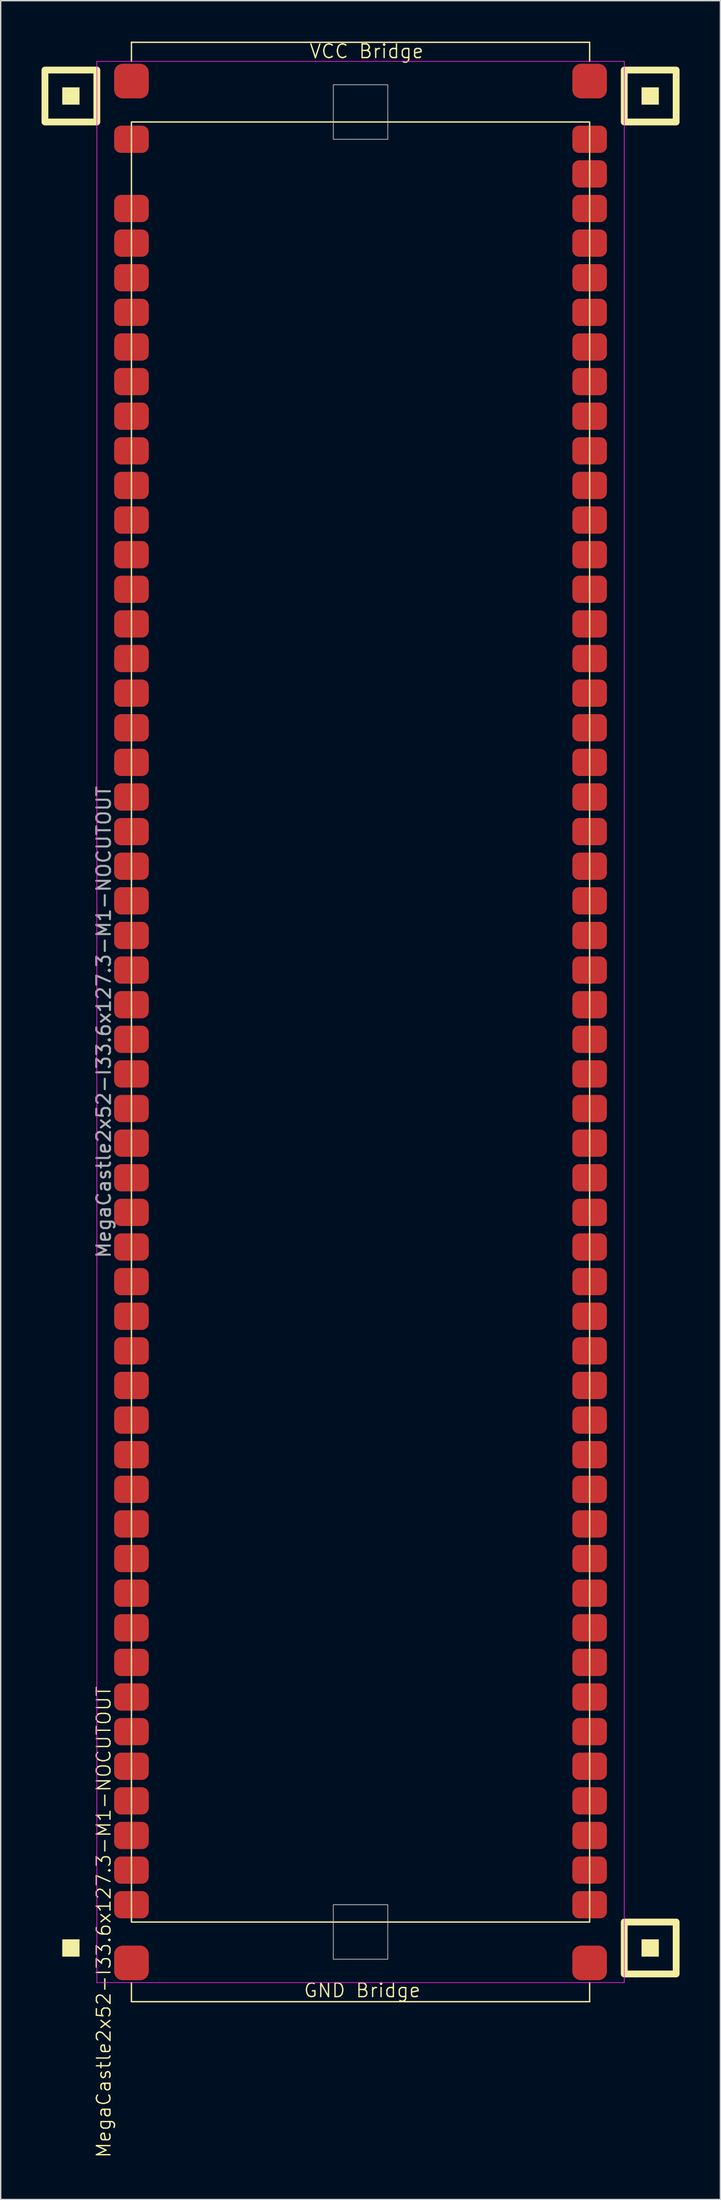
<source format=kicad_pcb>
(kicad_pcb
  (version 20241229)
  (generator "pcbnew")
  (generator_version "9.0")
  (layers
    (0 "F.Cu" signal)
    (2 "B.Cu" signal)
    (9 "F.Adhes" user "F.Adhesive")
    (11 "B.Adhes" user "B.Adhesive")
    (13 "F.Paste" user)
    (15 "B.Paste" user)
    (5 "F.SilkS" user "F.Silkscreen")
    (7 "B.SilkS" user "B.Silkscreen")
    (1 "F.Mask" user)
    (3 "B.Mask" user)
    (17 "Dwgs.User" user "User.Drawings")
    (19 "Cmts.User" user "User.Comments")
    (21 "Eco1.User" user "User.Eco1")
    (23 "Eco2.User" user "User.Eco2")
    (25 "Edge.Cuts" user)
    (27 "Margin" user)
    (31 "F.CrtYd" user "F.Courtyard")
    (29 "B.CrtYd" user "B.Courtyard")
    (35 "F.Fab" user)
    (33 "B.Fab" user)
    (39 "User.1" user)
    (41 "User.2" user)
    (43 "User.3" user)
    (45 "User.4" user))
  (footprint "MegaCastle2x52-I33.6x127.3-M1-NOCUTOUT"
    (layer "F.Cu")
    (at 23.42 71.94)
    (property "Reference" "MegaCastle2x52-I33.6x127.3-M1-NOCUTOUT" (at -18.852 66.04 90) (unlocked yes) (layer "F.SilkS") (effects (font (size 1 1) (thickness 0.1))))
    (attr smd)
    (fp_line (start -16.82 -71.885) (end 16.82 -71.885) (stroke (width 0.1) (type default)) (layer "F.SilkS"))
    (fp_line (start -16.82 -70.485) (end -16.82 -71.885) (stroke (width 0.1) (type default)) (layer "F.SilkS"))
    (fp_line (start -16.82 70.485) (end -16.82 71.885) (stroke (width 0.1) (type default)) (layer "F.SilkS"))
    (fp_line (start -16.82 71.885) (end 16.82 71.885) (stroke (width 0.1) (type default)) (layer "F.SilkS"))
    (fp_line (start 16.82 -70.485) (end 16.82 -71.885) (stroke (width 0.1) (type default)) (layer "F.SilkS"))
    (fp_line (start 16.82 70.485) (end 16.82 71.885) (stroke (width 0.1) (type default)) (layer "F.SilkS"))
    (fp_rect (start -20.63 -67.31) (end -21.9 -68.58) (stroke (width 0) (type solid)) (fill yes) (layer "F.SilkS"))
    (fp_rect (start -20.63 68.58) (end -21.9 67.31) (stroke (width 0) (type solid)) (fill yes) (layer "F.SilkS"))
    (fp_rect (start -19.36 -66.04) (end -23.17 -69.85) (stroke (width 0.5) (type default)) (fill no) (layer "F.SilkS"))
    (fp_rect (start -16.82 -66.04) (end 16.82 66.04) (stroke (width 0.1) (type default)) (fill no) (layer "F.SilkS"))
    (fp_rect (start 21.9 -67.31) (end 20.63 -68.58) (stroke (width 0) (type solid)) (fill yes) (layer "F.SilkS"))
    (fp_rect (start 21.9 68.58) (end 20.63 67.31) (stroke (width 0) (type solid)) (fill yes) (layer "F.SilkS"))
    (fp_rect (start 23.17 -66.04) (end 19.36 -69.85) (stroke (width 0.5) (type default)) (fill no) (layer "F.SilkS"))
    (fp_rect (start 23.17 69.85) (end 19.36 66.04) (stroke (width 0.5) (type default)) (fill no) (layer "F.SilkS"))
    (fp_rect (start -2 -64.77) (end 2 -68.77) (stroke (width 0.05) (type default)) (fill no) (layer "Edge.Cuts"))
    (fp_rect (start -2 64.77) (end 2 68.77) (stroke (width 0.05) (type default)) (fill no) (layer "Edge.Cuts"))
    (fp_line (start -19.36 -70.485) (end -19.36 70.485) (stroke (width 0.05) (type default)) (layer "F.CrtYd"))
    (fp_line (start -19.36 70.485) (end 19.36 70.485) (stroke (width 0.05) (type default)) (layer "F.CrtYd"))
    (fp_line (start 19.36 -70.485) (end -19.36 -70.485) (stroke (width 0.05) (type default)) (layer "F.CrtYd"))
    (fp_line (start 19.36 -70.485) (end 19.36 70.485) (stroke (width 0.05) (type default)) (layer "F.CrtYd"))
    (fp_text user "VCC Bridge" (at -3.81 -70.64 0) (unlocked yes) (layer "F.SilkS") (effects (font (size 1 1) (thickness 0.1)) (justify left bottom)))
    (fp_text user "GND Bridge" (at -4.226 71.64 0) (unlocked yes) (layer "F.SilkS") (effects (font (size 1 1) (thickness 0.1)) (justify left bottom)))
    (fp_text user "${REFERENCE}" (at -18.852 0 90) (unlocked yes) (layer "F.Fab") (effects (font (size 1 1) (thickness 0.15))))
    (pad "1" smd roundrect (at -16.82 -64.77) (size 2.54 2) (layers "F.Cu" "F.Mask" "F.Paste") (roundrect_rratio 0.25))
    (pad "3" smd roundrect (at -16.82 -59.69) (size 2.54 2) (layers "F.Cu" "F.Mask" "F.Paste") (roundrect_rratio 0.25))
    (pad "4" smd roundrect (at -16.82 -57.15) (size 2.54 2) (layers "F.Cu" "F.Mask" "F.Paste") (roundrect_rratio 0.25))
    (pad "5" smd roundrect (at -16.82 -54.61) (size 2.54 2) (layers "F.Cu" "F.Mask" "F.Paste") (roundrect_rratio 0.25))
    (pad "6" smd roundrect (at -16.82 -52.07) (size 2.54 2) (layers "F.Cu" "F.Mask" "F.Paste") (roundrect_rratio 0.25))
    (pad "7" smd roundrect (at -16.82 -49.53) (size 2.54 2) (layers "F.Cu" "F.Mask" "F.Paste") (roundrect_rratio 0.25))
    (pad "8" smd roundrect (at -16.82 -46.99) (size 2.54 2) (layers "F.Cu" "F.Mask" "F.Paste") (roundrect_rratio 0.25))
    (pad "9" smd roundrect (at -16.82 -44.45) (size 2.54 2) (layers "F.Cu" "F.Mask" "F.Paste") (roundrect_rratio 0.25))
    (pad "10" smd roundrect (at -16.82 -41.91) (size 2.54 2) (layers "F.Cu" "F.Mask" "F.Paste") (roundrect_rratio 0.25))
    (pad "11" smd roundrect (at -16.82 -39.37) (size 2.54 2) (layers "F.Cu" "F.Mask" "F.Paste") (roundrect_rratio 0.25))
    (pad "12" smd roundrect (at -16.82 -36.83) (size 2.54 2) (layers "F.Cu" "F.Mask" "F.Paste") (roundrect_rratio 0.25))
    (pad "13" smd roundrect (at -16.82 -34.29) (size 2.54 2) (layers "F.Cu" "F.Mask" "F.Paste") (roundrect_rratio 0.25))
    (pad "14" smd roundrect (at -16.82 -31.75) (size 2.54 2) (layers "F.Cu" "F.Mask" "F.Paste") (roundrect_rratio 0.25))
    (pad "15" smd roundrect (at -16.82 -29.21) (size 2.54 2) (layers "F.Cu" "F.Mask" "F.Paste") (roundrect_rratio 0.25))
    (pad "16" smd roundrect (at -16.82 -26.67) (size 2.54 2) (layers "F.Cu" "F.Mask" "F.Paste") (roundrect_rratio 0.25))
    (pad "17" smd roundrect (at -16.82 -24.13) (size 2.54 2) (layers "F.Cu" "F.Mask" "F.Paste") (roundrect_rratio 0.25))
    (pad "18" smd roundrect (at -16.82 -21.59) (size 2.54 2) (layers "F.Cu" "F.Mask" "F.Paste") (roundrect_rratio 0.25))
    (pad "19" smd roundrect (at -16.82 -19.05) (size 2.54 2) (layers "F.Cu" "F.Mask" "F.Paste") (roundrect_rratio 0.25))
    (pad "20" smd roundrect (at -16.82 -16.51) (size 2.54 2) (layers "F.Cu" "F.Mask" "F.Paste") (roundrect_rratio 0.25))
    (pad "21" smd roundrect (at -16.82 -13.97) (size 2.54 2) (layers "F.Cu" "F.Mask" "F.Paste") (roundrect_rratio 0.25))
    (pad "22" smd roundrect (at -16.82 -11.43) (size 2.54 2) (layers "F.Cu" "F.Mask" "F.Paste") (roundrect_rratio 0.25))
    (pad "23" smd roundrect (at -16.82 -8.89) (size 2.54 2) (layers "F.Cu" "F.Mask" "F.Paste") (roundrect_rratio 0.25))
    (pad "24" smd roundrect (at -16.82 -6.35) (size 2.54 2) (layers "F.Cu" "F.Mask" "F.Paste") (roundrect_rratio 0.25))
    (pad "25" smd roundrect (at -16.82 -3.81) (size 2.54 2) (layers "F.Cu" "F.Mask" "F.Paste") (roundrect_rratio 0.25))
    (pad "26" smd roundrect (at -16.82 -1.27) (size 2.54 2) (layers "F.Cu" "F.Mask" "F.Paste") (roundrect_rratio 0.25))
    (pad "27" smd roundrect (at -16.82 1.27) (size 2.54 2) (layers "F.Cu" "F.Mask" "F.Paste") (roundrect_rratio 0.25))
    (pad "28" smd roundrect (at -16.82 3.81) (size 2.54 2) (layers "F.Cu" "F.Mask" "F.Paste") (roundrect_rratio 0.25))
    (pad "29" smd roundrect (at -16.82 6.35) (size 2.54 2) (layers "F.Cu" "F.Mask" "F.Paste") (roundrect_rratio 0.25))
    (pad "30" smd roundrect (at -16.82 8.89) (size 2.54 2) (layers "F.Cu" "F.Mask" "F.Paste") (roundrect_rratio 0.25))
    (pad "31" smd roundrect (at -16.82 11.43) (size 2.54 2) (layers "F.Cu" "F.Mask" "F.Paste") (roundrect_rratio 0.25))
    (pad "32" smd roundrect (at -16.82 13.97) (size 2.54 2) (layers "F.Cu" "F.Mask" "F.Paste") (roundrect_rratio 0.25))
    (pad "33" smd roundrect (at -16.82 16.51) (size 2.54 2) (layers "F.Cu" "F.Mask" "F.Paste") (roundrect_rratio 0.25))
    (pad "34" smd roundrect (at -16.82 19.05) (size 2.54 2) (layers "F.Cu" "F.Mask" "F.Paste") (roundrect_rratio 0.25))
    (pad "35" smd roundrect (at -16.82 21.59) (size 2.54 2) (layers "F.Cu" "F.Mask" "F.Paste") (roundrect_rratio 0.25))
    (pad "36" smd roundrect (at -16.82 24.13) (size 2.54 2) (layers "F.Cu" "F.Mask" "F.Paste") (roundrect_rratio 0.25))
    (pad "37" smd roundrect (at -16.82 26.67) (size 2.54 2) (layers "F.Cu" "F.Mask" "F.Paste") (roundrect_rratio 0.25))
    (pad "38" smd roundrect (at -16.82 29.21) (size 2.54 2) (layers "F.Cu" "F.Mask" "F.Paste") (roundrect_rratio 0.25))
    (pad "39" smd roundrect (at -16.82 31.75) (size 2.54 2) (layers "F.Cu" "F.Mask" "F.Paste") (roundrect_rratio 0.25))
    (pad "40" smd roundrect (at -16.82 34.29) (size 2.54 2) (layers "F.Cu" "F.Mask" "F.Paste") (roundrect_rratio 0.25))
    (pad "41" smd roundrect (at -16.82 36.83) (size 2.54 2) (layers "F.Cu" "F.Mask" "F.Paste") (roundrect_rratio 0.25))
    (pad "42" smd roundrect (at -16.82 39.37) (size 2.54 2) (layers "F.Cu" "F.Mask" "F.Paste") (roundrect_rratio 0.25))
    (pad "43" smd roundrect (at -16.82 41.91) (size 2.54 2) (layers "F.Cu" "F.Mask" "F.Paste") (roundrect_rratio 0.25))
    (pad "44" smd roundrect (at -16.82 44.45) (size 2.54 2) (layers "F.Cu" "F.Mask" "F.Paste") (roundrect_rratio 0.25))
    (pad "45" smd roundrect (at -16.82 46.99) (size 2.54 2) (layers "F.Cu" "F.Mask" "F.Paste") (roundrect_rratio 0.25))
    (pad "46" smd roundrect (at -16.82 49.53) (size 2.54 2) (layers "F.Cu" "F.Mask" "F.Paste") (roundrect_rratio 0.25))
    (pad "47" smd roundrect (at -16.82 52.07) (size 2.54 2) (layers "F.Cu" "F.Mask" "F.Paste") (roundrect_rratio 0.25))
    (pad "48" smd roundrect (at -16.82 54.61) (size 2.54 2) (layers "F.Cu" "F.Mask" "F.Paste") (roundrect_rratio 0.25))
    (pad "49" smd roundrect (at -16.82 57.15) (size 2.54 2) (layers "F.Cu" "F.Mask" "F.Paste") (roundrect_rratio 0.25))
    (pad "50" smd roundrect (at -16.82 59.69) (size 2.54 2) (layers "F.Cu" "F.Mask" "F.Paste") (roundrect_rratio 0.25))
    (pad "51" smd roundrect (at -16.82 62.23) (size 2.54 2) (layers "F.Cu" "F.Mask" "F.Paste") (roundrect_rratio 0.25))
    (pad "52" smd roundrect (at -16.82 64.77) (size 2.54 2) (layers "F.Cu" "F.Mask" "F.Paste") (roundrect_rratio 0.25))
    (pad "53" smd roundrect (at 16.82 -64.77) (size 2.54 2) (layers "F.Cu" "F.Mask" "F.Paste") (roundrect_rratio 0.25))
    (pad "54" smd roundrect (at 16.82 -62.23) (size 2.54 2) (layers "F.Cu" "F.Mask" "F.Paste") (roundrect_rratio 0.25))
    (pad "55" smd roundrect (at 16.82 -59.69) (size 2.54 2) (layers "F.Cu" "F.Mask" "F.Paste") (roundrect_rratio 0.25))
    (pad "56" smd roundrect (at 16.82 -57.15) (size 2.54 2) (layers "F.Cu" "F.Mask" "F.Paste") (roundrect_rratio 0.25))
    (pad "57" smd roundrect (at 16.82 -54.61) (size 2.54 2) (layers "F.Cu" "F.Mask" "F.Paste") (roundrect_rratio 0.25))
    (pad "58" smd roundrect (at 16.82 -52.07) (size 2.54 2) (layers "F.Cu" "F.Mask" "F.Paste") (roundrect_rratio 0.25))
    (pad "59" smd roundrect (at 16.82 -49.53) (size 2.54 2) (layers "F.Cu" "F.Mask" "F.Paste") (roundrect_rratio 0.25))
    (pad "60" smd roundrect (at 16.82 -46.99) (size 2.54 2) (layers "F.Cu" "F.Mask" "F.Paste") (roundrect_rratio 0.25))
    (pad "61" smd roundrect (at 16.82 -44.45) (size 2.54 2) (layers "F.Cu" "F.Mask" "F.Paste") (roundrect_rratio 0.25))
    (pad "62" smd roundrect (at 16.82 -41.91) (size 2.54 2) (layers "F.Cu" "F.Mask" "F.Paste") (roundrect_rratio 0.25))
    (pad "63" smd roundrect (at 16.82 -39.37) (size 2.54 2) (layers "F.Cu" "F.Mask" "F.Paste") (roundrect_rratio 0.25))
    (pad "64" smd roundrect (at 16.82 -36.83) (size 2.54 2) (layers "F.Cu" "F.Mask" "F.Paste") (roundrect_rratio 0.25))
    (pad "65" smd roundrect (at 16.82 -34.29) (size 2.54 2) (layers "F.Cu" "F.Mask" "F.Paste") (roundrect_rratio 0.25))
    (pad "66" smd roundrect (at 16.82 -31.75) (size 2.54 2) (layers "F.Cu" "F.Mask" "F.Paste") (roundrect_rratio 0.25))
    (pad "67" smd roundrect (at 16.82 -29.21) (size 2.54 2) (layers "F.Cu" "F.Mask" "F.Paste") (roundrect_rratio 0.25))
    (pad "68" smd roundrect (at 16.82 -26.67) (size 2.54 2) (layers "F.Cu" "F.Mask" "F.Paste") (roundrect_rratio 0.25))
    (pad "69" smd roundrect (at 16.82 -24.13) (size 2.54 2) (layers "F.Cu" "F.Mask" "F.Paste") (roundrect_rratio 0.25))
    (pad "70" smd roundrect (at 16.82 -21.59) (size 2.54 2) (layers "F.Cu" "F.Mask" "F.Paste") (roundrect_rratio 0.25))
    (pad "71" smd roundrect (at 16.82 -19.05) (size 2.54 2) (layers "F.Cu" "F.Mask" "F.Paste") (roundrect_rratio 0.25))
    (pad "72" smd roundrect (at 16.82 -16.51) (size 2.54 2) (layers "F.Cu" "F.Mask" "F.Paste") (roundrect_rratio 0.25))
    (pad "73" smd roundrect (at 16.82 -13.97) (size 2.54 2) (layers "F.Cu" "F.Mask" "F.Paste") (roundrect_rratio 0.25))
    (pad "74" smd roundrect (at 16.82 -11.43) (size 2.54 2) (layers "F.Cu" "F.Mask" "F.Paste") (roundrect_rratio 0.25))
    (pad "75" smd roundrect (at 16.82 -8.89) (size 2.54 2) (layers "F.Cu" "F.Mask" "F.Paste") (roundrect_rratio 0.25))
    (pad "76" smd roundrect (at 16.82 -6.35) (size 2.54 2) (layers "F.Cu" "F.Mask" "F.Paste") (roundrect_rratio 0.25))
    (pad "77" smd roundrect (at 16.82 -3.81) (size 2.54 2) (layers "F.Cu" "F.Mask" "F.Paste") (roundrect_rratio 0.25))
    (pad "78" smd roundrect (at 16.82 -1.27) (size 2.54 2) (layers "F.Cu" "F.Mask" "F.Paste") (roundrect_rratio 0.25))
    (pad "79" smd roundrect (at 16.82 1.27) (size 2.54 2) (layers "F.Cu" "F.Mask" "F.Paste") (roundrect_rratio 0.25))
    (pad "80" smd roundrect (at 16.82 3.81) (size 2.54 2) (layers "F.Cu" "F.Mask" "F.Paste") (roundrect_rratio 0.25))
    (pad "81" smd roundrect (at 16.82 6.35) (size 2.54 2) (layers "F.Cu" "F.Mask" "F.Paste") (roundrect_rratio 0.25))
    (pad "82" smd roundrect (at 16.82 8.89) (size 2.54 2) (layers "F.Cu" "F.Mask" "F.Paste") (roundrect_rratio 0.25))
    (pad "83" smd roundrect (at 16.82 11.43) (size 2.54 2) (layers "F.Cu" "F.Mask" "F.Paste") (roundrect_rratio 0.25))
    (pad "84" smd roundrect (at 16.82 13.97) (size 2.54 2) (layers "F.Cu" "F.Mask" "F.Paste") (roundrect_rratio 0.25))
    (pad "85" smd roundrect (at 16.82 16.51) (size 2.54 2) (layers "F.Cu" "F.Mask" "F.Paste") (roundrect_rratio 0.25))
    (pad "86" smd roundrect (at 16.82 19.05) (size 2.54 2) (layers "F.Cu" "F.Mask" "F.Paste") (roundrect_rratio 0.25))
    (pad "87" smd roundrect (at 16.82 21.59) (size 2.54 2) (layers "F.Cu" "F.Mask" "F.Paste") (roundrect_rratio 0.25))
    (pad "88" smd roundrect (at 16.82 24.13) (size 2.54 2) (layers "F.Cu" "F.Mask" "F.Paste") (roundrect_rratio 0.25))
    (pad "89" smd roundrect (at 16.82 26.67) (size 2.54 2) (layers "F.Cu" "F.Mask" "F.Paste") (roundrect_rratio 0.25))
    (pad "90" smd roundrect (at 16.82 29.21) (size 2.54 2) (layers "F.Cu" "F.Mask" "F.Paste") (roundrect_rratio 0.25))
    (pad "91" smd roundrect (at 16.82 31.75) (size 2.54 2) (layers "F.Cu" "F.Mask" "F.Paste") (roundrect_rratio 0.25))
    (pad "92" smd roundrect (at 16.82 34.29) (size 2.54 2) (layers "F.Cu" "F.Mask" "F.Paste") (roundrect_rratio 0.25))
    (pad "93" smd roundrect (at 16.82 36.83) (size 2.54 2) (layers "F.Cu" "F.Mask" "F.Paste") (roundrect_rratio 0.25))
    (pad "94" smd roundrect (at 16.82 39.37) (size 2.54 2) (layers "F.Cu" "F.Mask" "F.Paste") (roundrect_rratio 0.25))
    (pad "95" smd roundrect (at 16.82 41.91) (size 2.54 2) (layers "F.Cu" "F.Mask" "F.Paste") (roundrect_rratio 0.25))
    (pad "96" smd roundrect (at 16.82 44.45) (size 2.54 2) (layers "F.Cu" "F.Mask" "F.Paste") (roundrect_rratio 0.25))
    (pad "97" smd roundrect (at 16.82 46.99) (size 2.54 2) (layers "F.Cu" "F.Mask" "F.Paste") (roundrect_rratio 0.25))
    (pad "98" smd roundrect (at 16.82 49.53) (size 2.54 2) (layers "F.Cu" "F.Mask" "F.Paste") (roundrect_rratio 0.25))
    (pad "99" smd roundrect (at 16.82 52.07) (size 2.54 2) (layers "F.Cu" "F.Mask" "F.Paste") (roundrect_rratio 0.25))
    (pad "100" smd roundrect (at 16.82 54.61) (size 2.54 2) (layers "F.Cu" "F.Mask" "F.Paste") (roundrect_rratio 0.25))
    (pad "101" smd roundrect (at 16.82 57.15) (size 2.54 2) (layers "F.Cu" "F.Mask" "F.Paste") (roundrect_rratio 0.25))
    (pad "102" smd roundrect (at 16.82 59.69) (size 2.54 2) (layers "F.Cu" "F.Mask" "F.Paste") (roundrect_rratio 0.25))
    (pad "103" smd roundrect (at 16.82 62.23) (size 2.54 2) (layers "F.Cu" "F.Mask" "F.Paste") (roundrect_rratio 0.25))
    (pad "104" smd roundrect (at 16.82 64.77) (size 2.54 2) (layers "F.Cu" "F.Mask" "F.Paste") (roundrect_rratio 0.25))
    (pad "A1" smd roundrect (at -16.82 -69.04) (size 2.54 2.54) (layers "F.Cu" "F.Mask" "F.Paste") (roundrect_rratio 0.25))
    (pad "A2" smd roundrect (at 16.82 -69.04) (size 2.54 2.54) (layers "F.Cu" "F.Mask" "F.Paste") (roundrect_rratio 0.25))
    (pad "B1" smd roundrect (at -16.82 69.04) (size 2.54 2.54) (layers "F.Cu" "F.Mask" "F.Paste") (roundrect_rratio 0.25))
    (pad "B2" smd roundrect (at 16.82 69.04) (size 2.54 2.54) (layers "F.Cu" "F.Mask" "F.Paste") (roundrect_rratio 0.25)))
  (gr_rect
    (start -3 -3)
    (end 49.84 158.34)
    (stroke (width 0.1) (type default))
    (fill no)
    (layer "Edge.Cuts")))
</source>
